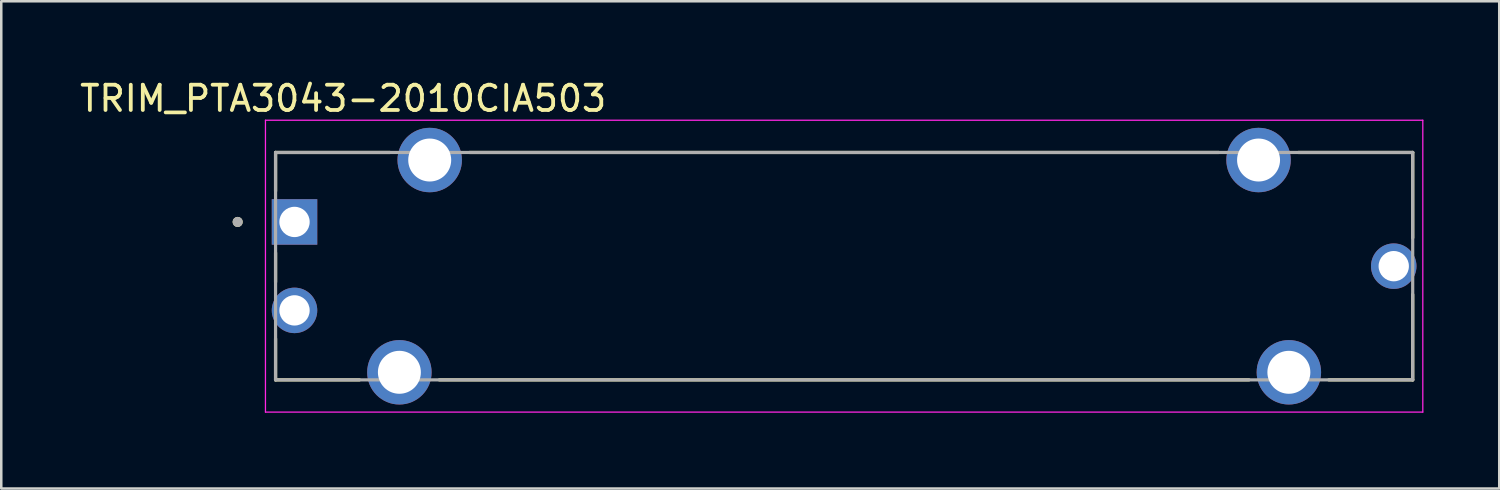
<source format=kicad_pcb>
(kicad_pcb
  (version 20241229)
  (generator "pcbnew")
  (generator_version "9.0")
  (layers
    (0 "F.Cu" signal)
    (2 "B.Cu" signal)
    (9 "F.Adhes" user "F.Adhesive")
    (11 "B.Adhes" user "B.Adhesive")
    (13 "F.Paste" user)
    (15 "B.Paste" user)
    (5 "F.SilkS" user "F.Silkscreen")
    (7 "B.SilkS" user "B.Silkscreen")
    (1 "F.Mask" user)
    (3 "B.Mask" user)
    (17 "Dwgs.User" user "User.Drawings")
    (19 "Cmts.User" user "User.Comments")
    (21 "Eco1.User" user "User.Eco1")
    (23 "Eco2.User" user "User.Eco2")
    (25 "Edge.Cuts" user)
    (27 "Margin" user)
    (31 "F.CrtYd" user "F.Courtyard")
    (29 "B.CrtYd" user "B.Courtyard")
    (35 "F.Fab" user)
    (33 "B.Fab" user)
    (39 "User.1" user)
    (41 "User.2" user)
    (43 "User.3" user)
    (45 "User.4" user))
  (footprint "TRIM_PTA3043-2010CIA503"
    (layer "F.Cu")
    (at 30.355 7.483)
    (property "Reference" "TRIM_PTA3043-2010CIA503" (at -19.825 -6.635 0) (layer "F.SilkS") (effects (font (size 1 1) (thickness 0.15))))
    (attr through_hole)
    (fp_line (start -22.5 -4.5) (end -17.98 -4.5) (stroke (width 0.127) (type solid)) (layer "F.SilkS"))
    (fp_line (start -22.5 -2.97) (end -22.5 -4.5) (stroke (width 0.127) (type solid)) (layer "F.SilkS"))
    (fp_line (start -22.5 0.63) (end -22.5 -0.53) (stroke (width 0.127) (type solid)) (layer "F.SilkS"))
    (fp_line (start -22.5 4.5) (end -22.5 2.87) (stroke (width 0.127) (type solid)) (layer "F.SilkS"))
    (fp_line (start -22.5 4.5) (end -19.18 4.5) (stroke (width 0.127) (type solid)) (layer "F.SilkS"))
    (fp_line (start -16.02 4.5) (end 16.02 4.5) (stroke (width 0.127) (type solid)) (layer "F.SilkS"))
    (fp_line (start -14.82 -4.5) (end 14.82 -4.5) (stroke (width 0.127) (type solid)) (layer "F.SilkS"))
    (fp_line (start 22.5 -4.5) (end 17.98 -4.5) (stroke (width 0.127) (type solid)) (layer "F.SilkS"))
    (fp_line (start 22.5 -4.5) (end 22.5 -1.12) (stroke (width 0.127) (type solid)) (layer "F.SilkS"))
    (fp_line (start 22.5 1.12) (end 22.5 4.5) (stroke (width 0.127) (type solid)) (layer "F.SilkS"))
    (fp_line (start 22.5 4.5) (end 19.18 4.5) (stroke (width 0.127) (type solid)) (layer "F.SilkS"))
    (fp_circle (center -24 -1.75) (end -23.9 -1.75) (stroke (width 0.2) (type solid)) (fill no) (layer "F.SilkS"))
    (fp_line (start -22.9 -5.775) (end 22.9 -5.775) (stroke (width 0.05) (type solid)) (layer "F.CrtYd"))
    (fp_line (start -22.9 5.775) (end -22.9 -5.775) (stroke (width 0.05) (type solid)) (layer "F.CrtYd"))
    (fp_line (start 22.9 -5.775) (end 22.9 5.775) (stroke (width 0.05) (type solid)) (layer "F.CrtYd"))
    (fp_line (start 22.9 5.775) (end -22.9 5.775) (stroke (width 0.05) (type solid)) (layer "F.CrtYd"))
    (fp_line (start -22.5 -4.5) (end 22.5 -4.5) (stroke (width 0.127) (type solid)) (layer "F.Fab"))
    (fp_line (start -22.5 4.5) (end -22.5 -4.5) (stroke (width 0.127) (type solid)) (layer "F.Fab"))
    (fp_line (start 22.5 -4.5) (end 22.5 4.5) (stroke (width 0.127) (type solid)) (layer "F.Fab"))
    (fp_line (start 22.5 4.5) (end -22.5 4.5) (stroke (width 0.127) (type solid)) (layer "F.Fab"))
    (fp_circle (center -24 -1.75) (end -23.9 -1.75) (stroke (width 0.2) (type solid)) (fill no) (layer "F.Fab"))
    (pad "1" thru_hole rect (at -21.75 -1.75) (size 1.8 1.8) (drill 1.2) (layers "*.Cu" "*.Mask"))
    (pad "2" thru_hole circle (at -21.75 1.75) (size 1.8 1.8) (drill 1.2) (layers "*.Cu" "*.Mask"))
    (pad "3" thru_hole circle (at 21.75 0) (size 1.8 1.8) (drill 1.2) (layers "*.Cu" "*.Mask"))
    (pad "P1" thru_hole circle (at -16.4 -4.2) (size 2.55 2.55) (drill 1.7) (layers "*.Cu" "*.Mask"))
    (pad "P2" thru_hole circle (at 16.4 -4.2) (size 2.55 2.55) (drill 1.7) (layers "*.Cu" "*.Mask"))
    (pad "P3" thru_hole circle (at -17.6 4.2) (size 2.55 2.55) (drill 1.7) (layers "*.Cu" "*.Mask"))
    (pad "P4" thru_hole circle (at 17.6 4.2) (size 2.55 2.55) (drill 1.7) (layers "*.Cu" "*.Mask")))
  (gr_rect
    (start -3 -3)
    (end 56.28 16.283)
    (stroke (width 0.1) (type default))
    (fill no)
    (layer "Edge.Cuts")))
</source>
